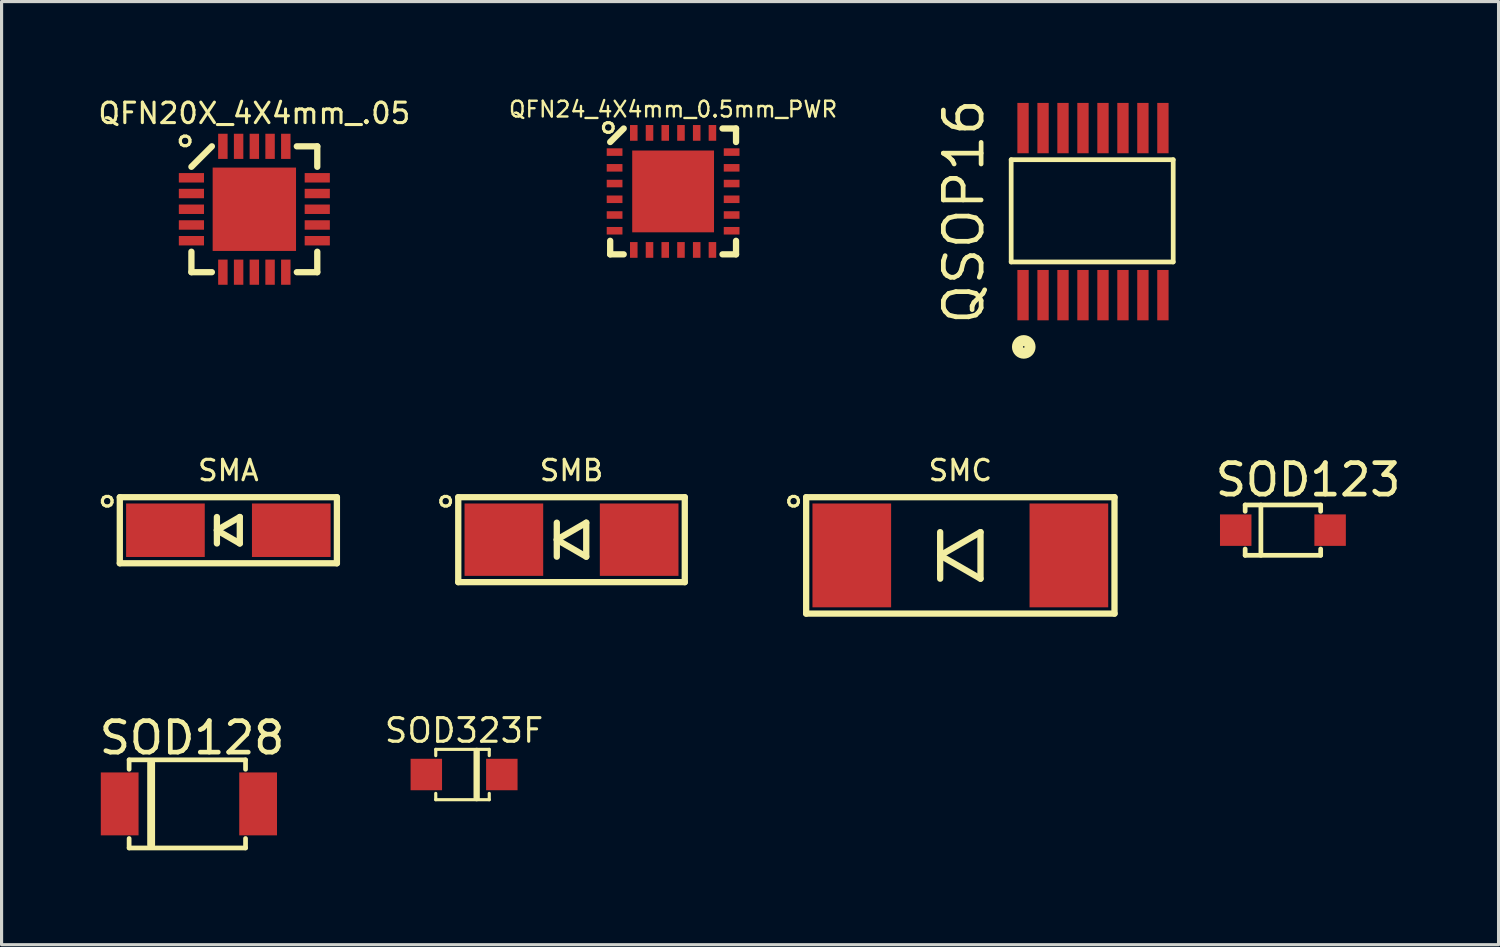
<source format=kicad_pcb>
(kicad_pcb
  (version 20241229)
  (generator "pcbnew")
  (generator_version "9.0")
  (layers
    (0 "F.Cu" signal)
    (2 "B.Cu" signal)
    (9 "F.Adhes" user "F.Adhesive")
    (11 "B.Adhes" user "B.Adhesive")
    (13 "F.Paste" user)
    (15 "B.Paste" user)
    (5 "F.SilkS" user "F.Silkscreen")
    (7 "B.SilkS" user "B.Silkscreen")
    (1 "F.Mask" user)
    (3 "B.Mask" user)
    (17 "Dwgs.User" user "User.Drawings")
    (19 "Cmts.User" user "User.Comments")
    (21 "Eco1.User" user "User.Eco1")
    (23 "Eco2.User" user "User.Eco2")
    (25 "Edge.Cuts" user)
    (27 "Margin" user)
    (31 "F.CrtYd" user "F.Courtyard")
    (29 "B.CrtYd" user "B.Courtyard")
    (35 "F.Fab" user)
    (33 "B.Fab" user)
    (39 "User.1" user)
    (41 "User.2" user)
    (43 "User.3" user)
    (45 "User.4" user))
  (footprint "SOD128"
    (layer "F.Cu")
    (at 2.954 22.501)
    (property "Reference" "SOD128" (at 0.1 -2.1 0) (layer "F.SilkS") (effects (font (size 1 1) (thickness 0.15))))
    (attr through_hole)
    (fp_line (start -1.9 -1.4) (end 1.8 -1.4) (stroke (width 0.15) (type solid)) (layer "F.SilkS"))
    (fp_line (start -1.9 -1.1) (end -1.9 -1.4) (stroke (width 0.15) (type solid)) (layer "F.SilkS"))
    (fp_line (start -1.9 1.1) (end -1.9 1.4) (stroke (width 0.15) (type solid)) (layer "F.SilkS"))
    (fp_line (start -1.9 1.4) (end 1.8 1.4) (stroke (width 0.15) (type solid)) (layer "F.SilkS"))
    (fp_line (start -1.2 -1.3) (end -1.2 1.3) (stroke (width 0.25) (type solid)) (layer "F.SilkS"))
    (fp_line (start 1.8 -1.4) (end 1.8 -1.1) (stroke (width 0.15) (type solid)) (layer "F.SilkS"))
    (fp_line (start 1.8 1.4) (end 1.8 1.1) (stroke (width 0.15) (type solid)) (layer "F.SilkS"))
    (pad "A" smd rect (at 2.2 0) (size 1.2 2) (layers "F.Cu" "F.Mask" "F.Paste"))
    (pad "K" smd rect (at -2.2 0) (size 1.2 2) (layers "F.Cu" "F.Mask" "F.Paste")))
  (footprint "SMC"
    (layer "F.Cu")
    (at 27.473 14.603)
    (property "Reference" "SMC" (at 0 -2.7 0) (layer "F.SilkS") (effects (font (size 0.65 0.65) (thickness 0.098))))
    (attr smd)
    (fp_line (start -4.9 -1.85) (end 4.9 -1.85) (stroke (width 0.2) (type solid)) (layer "F.SilkS"))
    (fp_line (start -4.9 1.85) (end -4.9 -1.85) (stroke (width 0.2) (type solid)) (layer "F.SilkS"))
    (fp_line (start -0.641 -0.74) (end -0.641 0.74) (stroke (width 0.2) (type solid)) (layer "F.SilkS"))
    (fp_line (start -0.641 0) (end 0.641 -0.74) (stroke (width 0.2) (type solid)) (layer "F.SilkS"))
    (fp_line (start 0.641 -0.74) (end 0.641 0.74) (stroke (width 0.2) (type solid)) (layer "F.SilkS"))
    (fp_line (start 0.641 0.74) (end -0.641 0) (stroke (width 0.2) (type solid)) (layer "F.SilkS"))
    (fp_line (start 4.9 -1.85) (end 4.9 1.85) (stroke (width 0.2) (type solid)) (layer "F.SilkS"))
    (fp_line (start 4.9 1.85) (end -4.9 1.85) (stroke (width 0.2) (type solid)) (layer "F.SilkS"))
    (fp_text user "○" (at -5.3 -1.75 0) (layer "F.SilkS") (effects (font (size 0.4 0.4) (thickness 0.1))))
    (pad "A" smd rect (at 3.45 0) (size 2.5 3.3) (layers "F.Cu" "F.Mask" "F.Paste"))
    (pad "K" smd rect (at -3.45 0) (size 2.5 3.3) (layers "F.Cu" "F.Mask" "F.Paste")))
  (footprint "QFN20X_4X4mm_.05"
    (layer "F.Cu")
    (at 5.034 3.601)
    (property "Reference" "QFN20X_4X4mm_.05" (at 0 -3.05 0) (layer "F.SilkS") (effects (font (size 0.65 0.65) (thickness 0.098))))
    (attr smd)
    (fp_line (start -2 -1.35) (end -1.35 -2) (stroke (width 0.2) (type solid)) (layer "F.SilkS"))
    (fp_line (start -2 2) (end -2 1.35) (stroke (width 0.2) (type solid)) (layer "F.SilkS"))
    (fp_line (start -2 2) (end -1.35 2) (stroke (width 0.2) (type solid)) (layer "F.SilkS"))
    (fp_line (start 2 -2) (end 1.35 -2) (stroke (width 0.2) (type solid)) (layer "F.SilkS"))
    (fp_line (start 2 -2) (end 2 -1.35) (stroke (width 0.2) (type solid)) (layer "F.SilkS"))
    (fp_line (start 2 2) (end 1.35 2) (stroke (width 0.2) (type solid)) (layer "F.SilkS"))
    (fp_line (start 2 2) (end 2 1.35) (stroke (width 0.2) (type solid)) (layer "F.SilkS"))
    (fp_text user "○" (at -2.2 -2.2 0) (layer "F.SilkS") (effects (font (size 0.4 0.4) (thickness 0.1))))
    (pad "1" smd rect (at -2 -1) (size 0.8 0.3) (layers "F.Cu" "F.Mask" "F.Paste"))
    (pad "2" smd rect (at -2 -0.5) (size 0.8 0.3) (layers "F.Cu" "F.Mask" "F.Paste"))
    (pad "3" smd rect (at -2 0) (size 0.8 0.3) (layers "F.Cu" "F.Mask" "F.Paste"))
    (pad "4" smd rect (at -2 0.5) (size 0.8 0.3) (layers "F.Cu" "F.Mask" "F.Paste"))
    (pad "5" smd rect (at -2 1) (size 0.8 0.3) (layers "F.Cu" "F.Mask" "F.Paste"))
    (pad "6" smd rect (at -1 2 90) (size 0.8 0.3) (layers "F.Cu" "F.Mask" "F.Paste"))
    (pad "7" smd rect (at -0.5 2 90) (size 0.8 0.3) (layers "F.Cu" "F.Mask" "F.Paste"))
    (pad "8" smd rect (at 0 2 90) (size 0.8 0.3) (layers "F.Cu" "F.Mask" "F.Paste"))
    (pad "9" smd rect (at 0.5 2 90) (size 0.8 0.3) (layers "F.Cu" "F.Mask" "F.Paste"))
    (pad "10" smd rect (at 1 2 90) (size 0.8 0.3) (layers "F.Cu" "F.Mask" "F.Paste"))
    (pad "11" smd rect (at 2 1) (size 0.8 0.3) (layers "F.Cu" "F.Mask" "F.Paste"))
    (pad "12" smd rect (at 2 0.5) (size 0.8 0.3) (layers "F.Cu" "F.Mask" "F.Paste"))
    (pad "13" smd rect (at 2 0) (size 0.8 0.3) (layers "F.Cu" "F.Mask" "F.Paste"))
    (pad "14" smd rect (at 2 -0.5) (size 0.8 0.3) (layers "F.Cu" "F.Mask" "F.Paste"))
    (pad "15" smd rect (at 2 -1) (size 0.8 0.3) (layers "F.Cu" "F.Mask" "F.Paste"))
    (pad "16" smd rect (at 1 -2 90) (size 0.8 0.3) (layers "F.Cu" "F.Mask" "F.Paste"))
    (pad "17" smd rect (at 0.5 -2 90) (size 0.8 0.3) (layers "F.Cu" "F.Mask" "F.Paste"))
    (pad "18" smd rect (at 0 -2 90) (size 0.8 0.3) (layers "F.Cu" "F.Mask" "F.Paste"))
    (pad "19" smd rect (at -0.5 -2 90) (size 0.8 0.3) (layers "F.Cu" "F.Mask" "F.Paste"))
    (pad "20" smd rect (at -1 -2 90) (size 0.8 0.3) (layers "F.Cu" "F.Mask" "F.Paste"))
    (pad "21" smd rect (at 0 0 90) (size 2.65 2.65) (layers "F.Cu" "F.Mask" "F.Paste")))
  (footprint "SMB"
    (layer "F.Cu")
    (at 15.115 14.103)
    (property "Reference" "SMB" (at 0 -2.2 0) (layer "F.SilkS") (effects (font (size 0.65 0.65) (thickness 0.098))))
    (attr smd)
    (fp_line (start -3.6 -1.35) (end 3.6 -1.35) (stroke (width 0.2) (type solid)) (layer "F.SilkS"))
    (fp_line (start -3.6 1.35) (end -3.6 -1.35) (stroke (width 0.2) (type solid)) (layer "F.SilkS"))
    (fp_line (start -0.468 -0.54) (end -0.468 0.54) (stroke (width 0.2) (type solid)) (layer "F.SilkS"))
    (fp_line (start -0.468 0) (end 0.468 -0.54) (stroke (width 0.2) (type solid)) (layer "F.SilkS"))
    (fp_line (start 0.468 -0.54) (end 0.468 0.54) (stroke (width 0.2) (type solid)) (layer "F.SilkS"))
    (fp_line (start 0.468 0.54) (end -0.468 0) (stroke (width 0.2) (type solid)) (layer "F.SilkS"))
    (fp_line (start 3.6 -1.35) (end 3.6 1.35) (stroke (width 0.2) (type solid)) (layer "F.SilkS"))
    (fp_line (start 3.6 1.35) (end -3.6 1.35) (stroke (width 0.2) (type solid)) (layer "F.SilkS"))
    (fp_text user "○" (at -4 -1.25 0) (layer "F.SilkS") (effects (font (size 0.4 0.4) (thickness 0.1))))
    (pad "A" smd rect (at 2.15 0) (size 2.5 2.3) (layers "F.Cu" "F.Mask" "F.Paste"))
    (pad "K" smd rect (at -2.15 0) (size 2.5 2.3) (layers "F.Cu" "F.Mask" "F.Paste")))
  (footprint "SOD323F"
    (layer "F.Cu")
    (at 11.7 21.567)
    (property "Reference" "SOD323F" (at 0 -1.4 0) (layer "F.SilkS") (effects (font (size 0.75 0.75) (thickness 0.1))))
    (attr through_hole)
    (fp_line (start -0.9 -0.8) (end 0.8 -0.8) (stroke (width 0.1) (type solid)) (layer "F.SilkS"))
    (fp_line (start -0.9 -0.6) (end -0.9 -0.8) (stroke (width 0.1) (type solid)) (layer "F.SilkS"))
    (fp_line (start -0.9 0.6) (end -0.9 0.8) (stroke (width 0.1) (type solid)) (layer "F.SilkS"))
    (fp_line (start -0.9 0.8) (end 0.8 0.8) (stroke (width 0.1) (type solid)) (layer "F.SilkS"))
    (fp_line (start 0.4 -0.75) (end 0.4 0.75) (stroke (width 0.2) (type solid)) (layer "F.SilkS"))
    (fp_line (start 0.8 -0.8) (end 0.8 -0.6) (stroke (width 0.1) (type solid)) (layer "F.SilkS"))
    (fp_line (start 0.8 0.8) (end 0.8 0.6) (stroke (width 0.1) (type solid)) (layer "F.SilkS"))
    (pad "A" smd rect (at -1.2 0) (size 1 1) (layers "F.Cu" "F.Mask" "F.Paste"))
    (pad "K" smd rect (at 1.2 0) (size 1 1) (layers "F.Cu" "F.Mask" "F.Paste")))
  (footprint "QSOP16"
    (layer "F.Cu")
    (at 31.689 3.676)
    (property "Reference" "QSOP16" (at -4.103 0 90) (layer "F.SilkS") (effects (font (size 1.2 1.2) (thickness 0.15))))
    (attr through_hole)
    (fp_line (start -2.6 -1.65) (end 2.55 -1.65) (stroke (width 0.15) (type solid)) (layer "F.SilkS"))
    (fp_line (start -2.6 1.6) (end -2.6 -1.65) (stroke (width 0.15) (type solid)) (layer "F.SilkS"))
    (fp_line (start 2.55 -1.65) (end 2.55 1.6) (stroke (width 0.15) (type solid)) (layer "F.SilkS"))
    (fp_line (start 2.55 1.6) (end -2.6 1.6) (stroke (width 0.15) (type solid)) (layer "F.SilkS"))
    (fp_circle (center -2.2 4.3) (end -2 4.3) (stroke (width 0.35) (type solid)) (fill no) (layer "F.SilkS"))
    (pad "1" smd rect (at -2.223 2.655) (size 0.36 1.6) (layers "F.Cu" "F.Mask" "F.Paste"))
    (pad "2" smd rect (at -1.587 2.655) (size 0.36 1.6) (layers "F.Cu" "F.Mask" "F.Paste"))
    (pad "3" smd rect (at -0.953 2.655) (size 0.36 1.6) (layers "F.Cu" "F.Mask" "F.Paste"))
    (pad "4" smd rect (at -0.318 2.655) (size 0.36 1.6) (layers "F.Cu" "F.Mask" "F.Paste"))
    (pad "5" smd rect (at 0.318 2.655) (size 0.36 1.6) (layers "F.Cu" "F.Mask" "F.Paste"))
    (pad "6" smd rect (at 0.953 2.655) (size 0.36 1.6) (layers "F.Cu" "F.Mask" "F.Paste"))
    (pad "7" smd rect (at 1.587 2.655) (size 0.36 1.6) (layers "F.Cu" "F.Mask" "F.Paste"))
    (pad "8" smd rect (at 2.223 2.655) (size 0.36 1.6) (layers "F.Cu" "F.Mask" "F.Paste"))
    (pad "9" smd rect (at 2.223 -2.655) (size 0.36 1.6) (layers "F.Cu" "F.Mask" "F.Paste"))
    (pad "10" smd rect (at 1.587 -2.655) (size 0.36 1.6) (layers "F.Cu" "F.Mask" "F.Paste"))
    (pad "11" smd rect (at 0.953 -2.655) (size 0.36 1.6) (layers "F.Cu" "F.Mask" "F.Paste"))
    (pad "12" smd rect (at 0.318 -2.655) (size 0.36 1.6) (layers "F.Cu" "F.Mask" "F.Paste"))
    (pad "13" smd rect (at -0.318 -2.655) (size 0.36 1.6) (layers "F.Cu" "F.Mask" "F.Paste"))
    (pad "14" smd rect (at -0.953 -2.655) (size 0.36 1.6) (layers "F.Cu" "F.Mask" "F.Paste"))
    (pad "15" smd rect (at -1.587 -2.655) (size 0.36 1.6) (layers "F.Cu" "F.Mask" "F.Paste"))
    (pad "16" smd rect (at -2.223 -2.655) (size 0.36 1.6) (layers "F.Cu" "F.Mask" "F.Paste")))
  (footprint "QFN24_4X4mm_0.5mm_PWR"
    (layer "F.Cu")
    (at 18.344 3.034)
    (property "Reference" "QFN24_4X4mm_0.5mm_PWR" (at 0 -2.61 0) (layer "F.SilkS") (effects (font (size 0.5 0.5) (thickness 0.075))))
    (attr smd)
    (fp_line (start -2 -1.57) (end -1.57 -2) (stroke (width 0.2) (type solid)) (layer "F.SilkS"))
    (fp_line (start -2 2) (end -2 1.57) (stroke (width 0.2) (type solid)) (layer "F.SilkS"))
    (fp_line (start -2 2) (end -1.57 2) (stroke (width 0.2) (type solid)) (layer "F.SilkS"))
    (fp_line (start 2 -2) (end 1.57 -2) (stroke (width 0.2) (type solid)) (layer "F.SilkS"))
    (fp_line (start 2 -2) (end 2 -1.57) (stroke (width 0.2) (type solid)) (layer "F.SilkS"))
    (fp_line (start 2 2) (end 1.57 2) (stroke (width 0.2) (type solid)) (layer "F.SilkS"))
    (fp_line (start 2 2) (end 2 1.57) (stroke (width 0.2) (type solid)) (layer "F.SilkS"))
    (fp_text user "○" (at -2.06 -2.06 0) (layer "F.SilkS") (effects (font (size 0.4 0.4) (thickness 0.1))))
    (pad "1" smd rect (at -1.86 -1.25) (size 0.5 0.24) (layers "F.Cu" "F.Mask" "F.Paste"))
    (pad "2" smd rect (at -1.86 -0.75) (size 0.5 0.24) (layers "F.Cu" "F.Mask" "F.Paste"))
    (pad "3" smd rect (at -1.86 -0.25) (size 0.5 0.24) (layers "F.Cu" "F.Mask" "F.Paste"))
    (pad "4" smd rect (at -1.86 0.25) (size 0.5 0.24) (layers "F.Cu" "F.Mask" "F.Paste"))
    (pad "5" smd rect (at -1.86 0.75) (size 0.5 0.24) (layers "F.Cu" "F.Mask" "F.Paste"))
    (pad "6" smd rect (at -1.86 1.25) (size 0.5 0.24) (layers "F.Cu" "F.Mask" "F.Paste"))
    (pad "7" smd rect (at -1.25 1.86 90) (size 0.5 0.24) (layers "F.Cu" "F.Mask" "F.Paste"))
    (pad "8" smd rect (at -0.75 1.86 90) (size 0.5 0.24) (layers "F.Cu" "F.Mask" "F.Paste"))
    (pad "9" smd rect (at -0.25 1.86 90) (size 0.5 0.24) (layers "F.Cu" "F.Mask" "F.Paste"))
    (pad "10" smd rect (at 0.25 1.86 90) (size 0.5 0.24) (layers "F.Cu" "F.Mask" "F.Paste"))
    (pad "11" smd rect (at 0.75 1.86 90) (size 0.5 0.24) (layers "F.Cu" "F.Mask" "F.Paste"))
    (pad "12" smd rect (at 1.25 1.86 90) (size 0.5 0.24) (layers "F.Cu" "F.Mask" "F.Paste"))
    (pad "13" smd rect (at 1.86 1.25) (size 0.5 0.24) (layers "F.Cu" "F.Mask" "F.Paste"))
    (pad "14" smd rect (at 1.86 0.75) (size 0.5 0.24) (layers "F.Cu" "F.Mask" "F.Paste"))
    (pad "15" smd rect (at 1.86 0.25) (size 0.5 0.24) (layers "F.Cu" "F.Mask" "F.Paste"))
    (pad "16" smd rect (at 1.86 -0.25) (size 0.5 0.24) (layers "F.Cu" "F.Mask" "F.Paste"))
    (pad "17" smd rect (at 1.86 -0.75) (size 0.5 0.24) (layers "F.Cu" "F.Mask" "F.Paste"))
    (pad "18" smd rect (at 1.86 -1.25) (size 0.5 0.24) (layers "F.Cu" "F.Mask" "F.Paste"))
    (pad "19" smd rect (at 1.25 -1.86 90) (size 0.5 0.24) (layers "F.Cu" "F.Mask" "F.Paste"))
    (pad "20" smd rect (at 0.75 -1.86 90) (size 0.5 0.24) (layers "F.Cu" "F.Mask" "F.Paste"))
    (pad "21" smd rect (at 0.25 -1.86 90) (size 0.5 0.24) (layers "F.Cu" "F.Mask" "F.Paste"))
    (pad "22" smd rect (at -0.25 -1.86 90) (size 0.5 0.24) (layers "F.Cu" "F.Mask" "F.Paste"))
    (pad "23" smd rect (at -0.75 -1.86 90) (size 0.5 0.24) (layers "F.Cu" "F.Mask" "F.Paste"))
    (pad "24" smd rect (at -1.25 -1.86 90) (size 0.5 0.24) (layers "F.Cu" "F.Mask" "F.Paste"))
    (pad "25" smd rect (at 0 0 90) (size 2.6 2.6) (layers "F.Cu" "F.Mask" "F.Paste")))
  (footprint "SOD123"
    (layer "F.Cu")
    (at 37.726 13.8)
    (property "Reference" "SOD123" (at 0.8 -1.6 0) (layer "F.SilkS") (effects (font (size 1 1) (thickness 0.15))))
    (attr through_hole)
    (fp_line (start -1.2 -0.8) (end 1.2 -0.8) (stroke (width 0.15) (type solid)) (layer "F.SilkS"))
    (fp_line (start -1.2 -0.6) (end -1.2 -0.8) (stroke (width 0.15) (type solid)) (layer "F.SilkS"))
    (fp_line (start -1.2 0.6) (end -1.2 0.8) (stroke (width 0.15) (type solid)) (layer "F.SilkS"))
    (fp_line (start -1.2 0.8) (end 1.2 0.8) (stroke (width 0.15) (type solid)) (layer "F.SilkS"))
    (fp_line (start -0.7 -0.8) (end -0.7 0.8) (stroke (width 0.15) (type solid)) (layer "F.SilkS"))
    (fp_line (start 1.2 -0.8) (end 1.2 -0.6) (stroke (width 0.15) (type solid)) (layer "F.SilkS"))
    (fp_line (start 1.2 0.8) (end 1.2 0.6) (stroke (width 0.15) (type solid)) (layer "F.SilkS"))
    (pad "A" smd rect (at 1.5 0) (size 1 1) (layers "F.Cu" "F.Mask" "F.Paste"))
    (pad "K" smd rect (at -1.5 0) (size 1 1) (layers "F.Cu" "F.Mask" "F.Paste")))
  (footprint "SMA"
    (layer "F.Cu")
    (at 4.208 13.803)
    (property "Reference" "SMA" (at 0 -1.9 0) (layer "F.SilkS") (effects (font (size 0.65 0.65) (thickness 0.098))))
    (attr smd)
    (fp_line (start -3.45 -1.05) (end 3.45 -1.05) (stroke (width 0.2) (type solid)) (layer "F.SilkS"))
    (fp_line (start -3.45 1.05) (end -3.45 -1.05) (stroke (width 0.2) (type solid)) (layer "F.SilkS"))
    (fp_line (start -0.364 -0.42) (end -0.364 0.42) (stroke (width 0.2) (type solid)) (layer "F.SilkS"))
    (fp_line (start -0.364 0) (end 0.364 -0.42) (stroke (width 0.2) (type solid)) (layer "F.SilkS"))
    (fp_line (start 0.364 -0.42) (end 0.364 0.42) (stroke (width 0.2) (type solid)) (layer "F.SilkS"))
    (fp_line (start 0.364 0.42) (end -0.364 0) (stroke (width 0.2) (type solid)) (layer "F.SilkS"))
    (fp_line (start 3.45 -1.05) (end 3.45 1.05) (stroke (width 0.2) (type solid)) (layer "F.SilkS"))
    (fp_line (start 3.45 1.05) (end -3.45 1.05) (stroke (width 0.2) (type solid)) (layer "F.SilkS"))
    (fp_text user "○" (at -3.85 -0.95 0) (layer "F.SilkS") (effects (font (size 0.4 0.4) (thickness 0.1))))
    (pad "A" smd rect (at 2 0) (size 2.5 1.7) (layers "F.Cu" "F.Mask" "F.Paste"))
    (pad "K" smd rect (at -2 0) (size 2.5 1.7) (layers "F.Cu" "F.Mask" "F.Paste")))
  (gr_rect
    (start -3 -3)
    (end 44.58 26.976)
    (stroke (width 0.1) (type default))
    (fill no)
    (layer "Edge.Cuts")))
</source>
